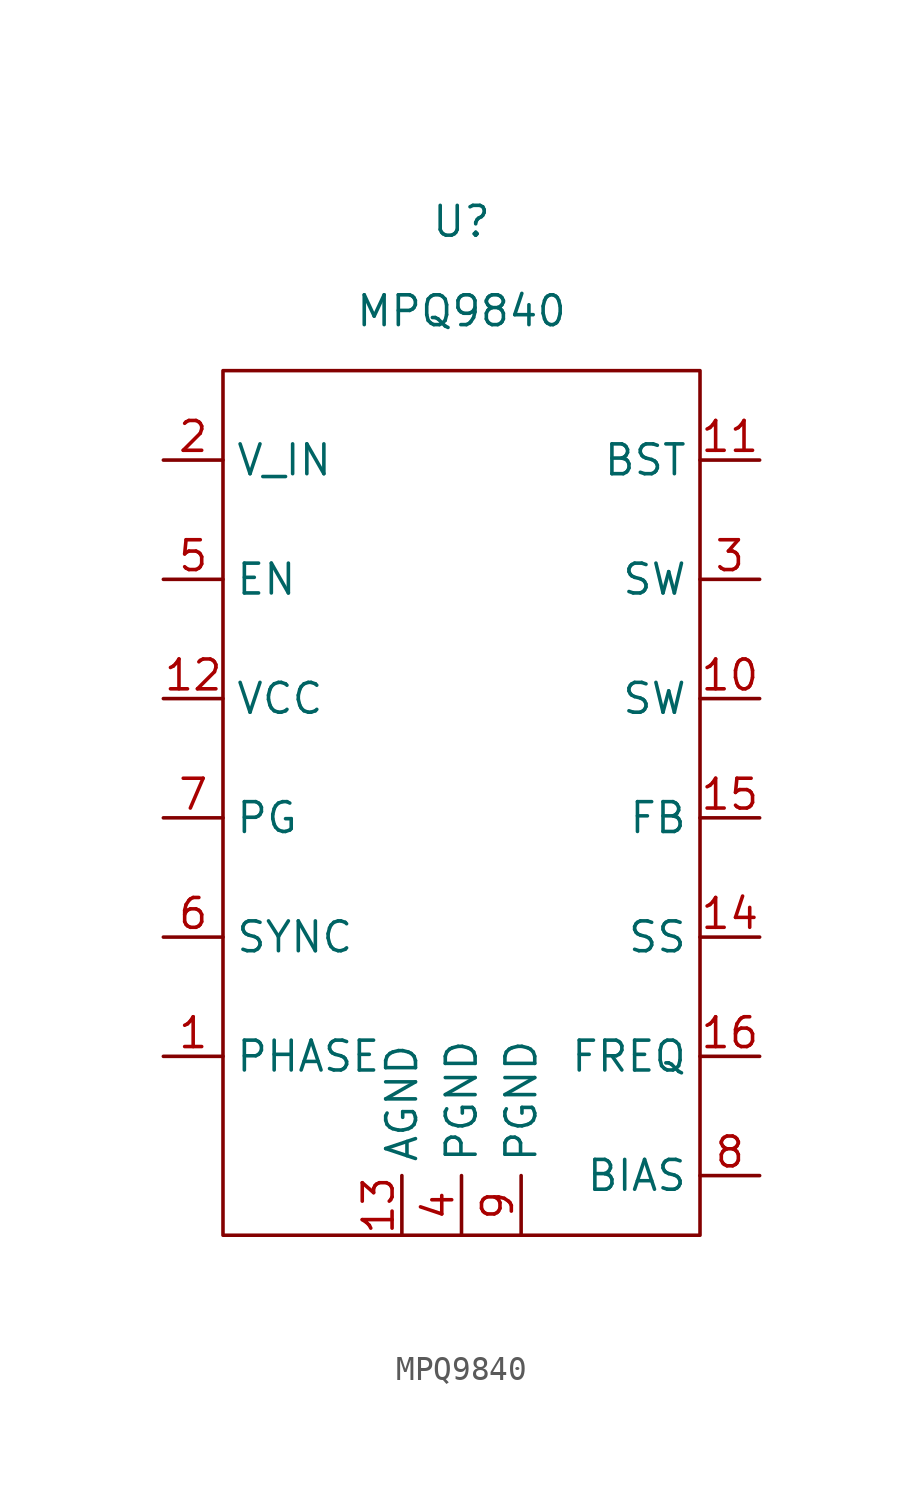
<source format=kicad_sym>
(kicad_symbol_lib
  (version 20211014)
  (generator kicad_symbol_editor)
  (symbol "MPQ9840"
    (property "Reference" "U"
      (at 0 16.51 0)
      (effects (font (size 1.27 1.27))))
    (property "Value" "MPQ9840"
      (at 0 12.7 0)
      (effects (font (size 1.27 1.27))))
    (symbol "MPQ9840_0_1"
      (rectangle (start -10.16 10.16) (end 10.16 -26.67) (stroke (width 0) (type default) (color 0 0 0 0)) (fill (type none))))
    (symbol "MPQ9840_1_1"
      (pin input line (at -12.7 -19.05 0) (length 2.54) (name "PHASE" (effects (font (size 1.27 1.27)))) (number "1" (effects (font (size 1.27 1.27)))))
      (pin power_out line (at 12.7 -3.81 180) (length 2.54) (name "SW" (effects (font (size 1.27 1.27)))) (number "10" (effects (font (size 1.27 1.27)))))
      (pin input line (at 12.7 6.35 180) (length 2.54) (name "BST" (effects (font (size 1.27 1.27)))) (number "11" (effects (font (size 1.27 1.27)))))
      (pin input line (at -12.7 -3.81 0) (length 2.54) (name "VCC" (effects (font (size 1.27 1.27)))) (number "12" (effects (font (size 1.27 1.27)))))
      (pin power_in line (at -2.54 -26.67 90) (length 2.54) (name "AGND" (effects (font (size 1.27 1.27)))) (number "13" (effects (font (size 1.27 1.27)))))
      (pin input line (at 12.7 -13.97 180) (length 2.54) (name "SS" (effects (font (size 1.27 1.27)))) (number "14" (effects (font (size 1.27 1.27)))))
      (pin input line (at 12.7 -8.89 180) (length 2.54) (name "FB" (effects (font (size 1.27 1.27)))) (number "15" (effects (font (size 1.27 1.27)))))
      (pin input line (at 12.7 -19.05 180) (length 2.54) (name "FREQ" (effects (font (size 1.27 1.27)))) (number "16" (effects (font (size 1.27 1.27)))))
      (pin power_in line (at -12.7 6.35 0) (length 2.54) (name "V_IN" (effects (font (size 1.27 1.27)))) (number "2" (effects (font (size 1.27 1.27)))))
      (pin power_out line (at 12.7 1.27 180) (length 2.54) (name "SW" (effects (font (size 1.27 1.27)))) (number "3" (effects (font (size 1.27 1.27)))))
      (pin power_in line (at 0 -26.67 90) (length 2.54) (name "PGND" (effects (font (size 1.27 1.27)))) (number "4" (effects (font (size 1.27 1.27)))))
      (pin input line (at -12.7 1.27 0) (length 2.54) (name "EN" (effects (font (size 1.27 1.27)))) (number "5" (effects (font (size 1.27 1.27)))))
      (pin input line (at -12.7 -13.97 0) (length 2.54) (name "SYNC" (effects (font (size 1.27 1.27)))) (number "6" (effects (font (size 1.27 1.27)))))
      (pin power_out line (at -12.7 -8.89 0) (length 2.54) (name "PG" (effects (font (size 1.27 1.27)))) (number "7" (effects (font (size 1.27 1.27)))))
      (pin power_in line (at 12.7 -24.13 180) (length 2.54) (name "BIAS" (effects (font (size 1.27 1.27)))) (number "8" (effects (font (size 1.27 1.27)))))
      (pin power_in line (at 2.54 -26.67 90) (length 2.54) (name "PGND" (effects (font (size 1.27 1.27)))) (number "9" (effects (font (size 1.27 1.27))))))))
</source>
